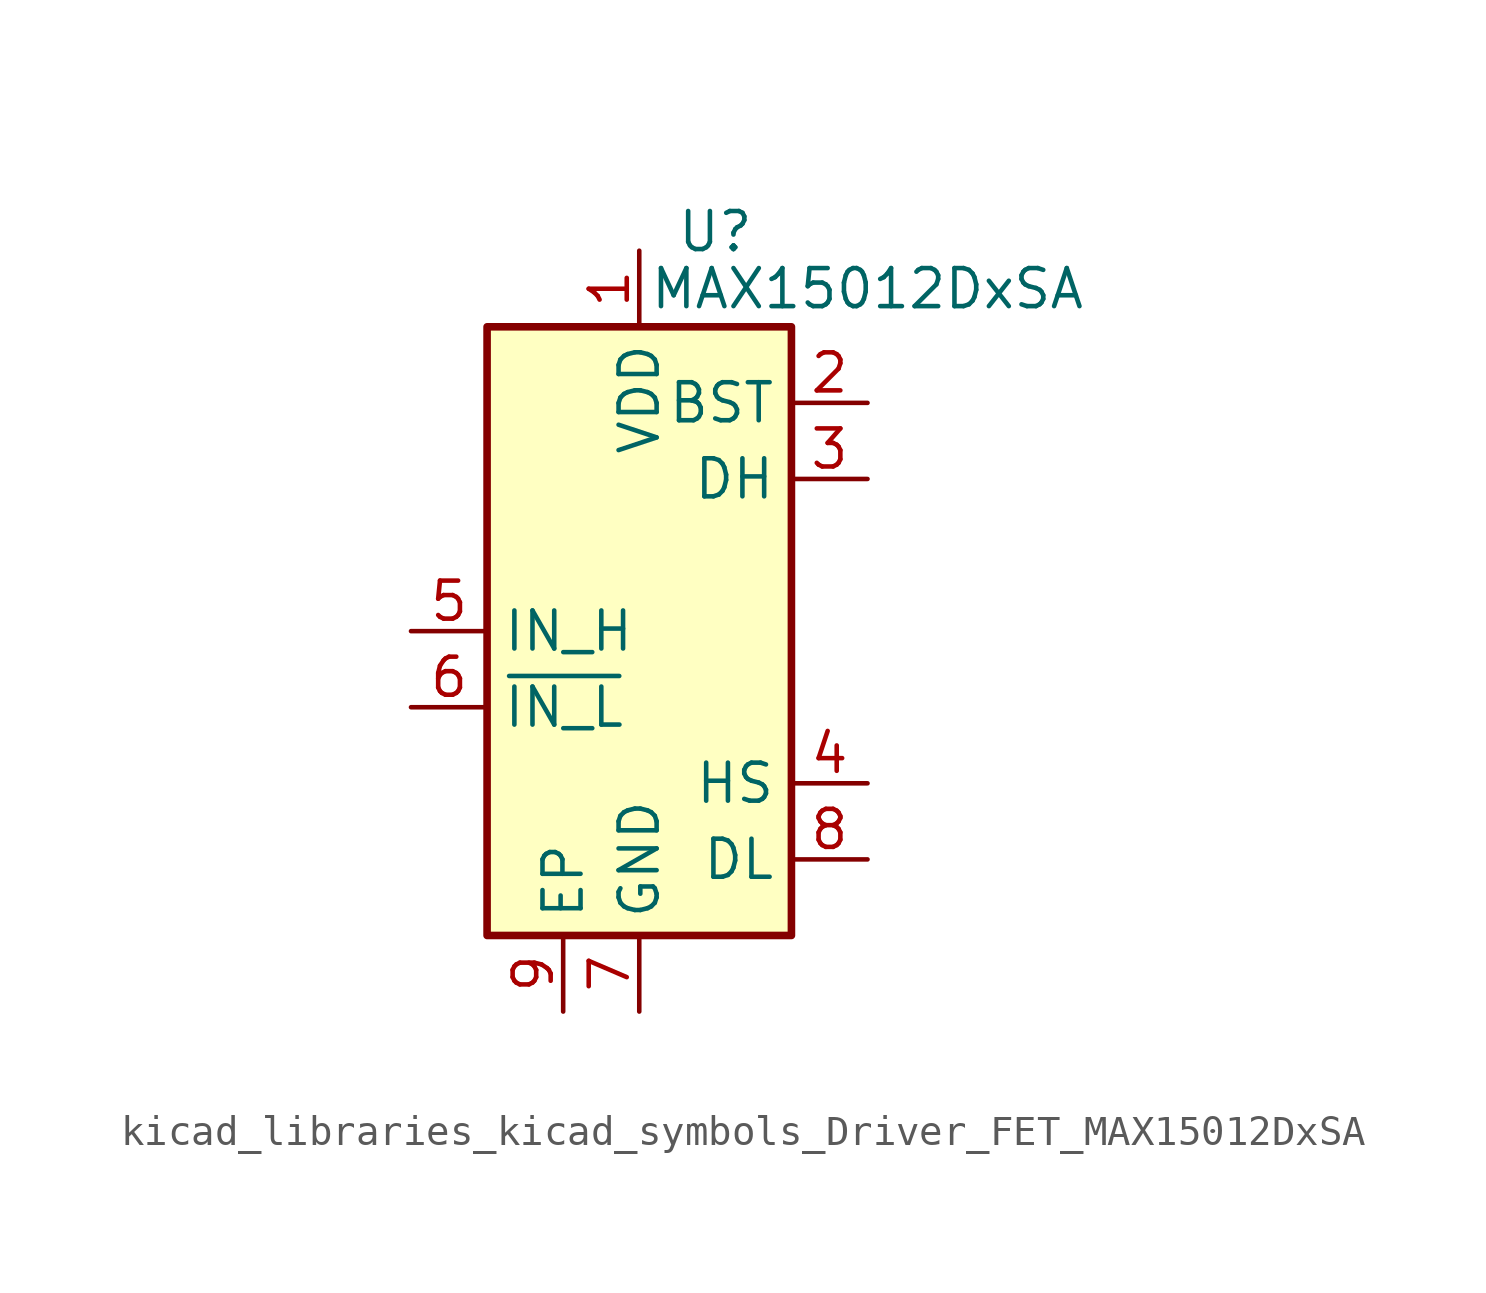
<source format=kicad_sym>
(kicad_symbol_lib
  (version 20220914)
  (generator kicad_symbol_editor)
  (symbol "kicad_libraries_kicad_symbols_Driver_FET_MAX15012DxSA"
    (property "Reference" "U"
      (at 2.54 13.335 0)
      (effects (font (size 1.27 1.27))))
    (property "Value" "MAX15012DxSA"
      (at 7.62 11.43 0)
      (effects (font (size 1.27 1.27))))
    (symbol "kicad_libraries_kicad_symbols_Driver_FET_MAX15012DxSA_0_1"
      (rectangle (start -5.08 -10.16) (end 5.08 10.16) (stroke (width 0.254) (type default)) (fill (type background))))
    (symbol "kicad_libraries_kicad_symbols_Driver_FET_MAX15012DxSA_1_1"
      (pin power_in line (at 0 12.7 270) (length 2.54) (name "VDD" (effects (font (size 1.27 1.27)))) (number "1" (effects (font (size 1.27 1.27)))))
      (pin power_in line (at 7.62 7.62 180) (length 2.54) (name "BST" (effects (font (size 1.27 1.27)))) (number "2" (effects (font (size 1.27 1.27)))))
      (pin output line (at 7.62 5.08 180) (length 2.54) (name "DH" (effects (font (size 1.27 1.27)))) (number "3" (effects (font (size 1.27 1.27)))))
      (pin passive line (at 7.62 -5.08 180) (length 2.54) (name "HS" (effects (font (size 1.27 1.27)))) (number "4" (effects (font (size 1.27 1.27)))))
      (pin input line (at -7.62 0 0) (length 2.54) (name "IN_H" (effects (font (size 1.27 1.27)))) (number "5" (effects (font (size 1.27 1.27)))))
      (pin input line (at -7.62 -2.54 0) (length 2.54) (name "~{IN_L}" (effects (font (size 1.27 1.27)))) (number "6" (effects (font (size 1.27 1.27)))))
      (pin power_in line (at 0 -12.7 90) (length 2.54) (name "GND" (effects (font (size 1.27 1.27)))) (number "7" (effects (font (size 1.27 1.27)))))
      (pin output line (at 7.62 -7.62 180) (length 2.54) (name "DL" (effects (font (size 1.27 1.27)))) (number "8" (effects (font (size 1.27 1.27)))))
      (pin output line (at -2.54 -12.7 90) (length 2.54) (name "EP" (effects (font (size 1.27 1.27)))) (number "9" (effects (font (size 1.27 1.27))))))))
</source>
